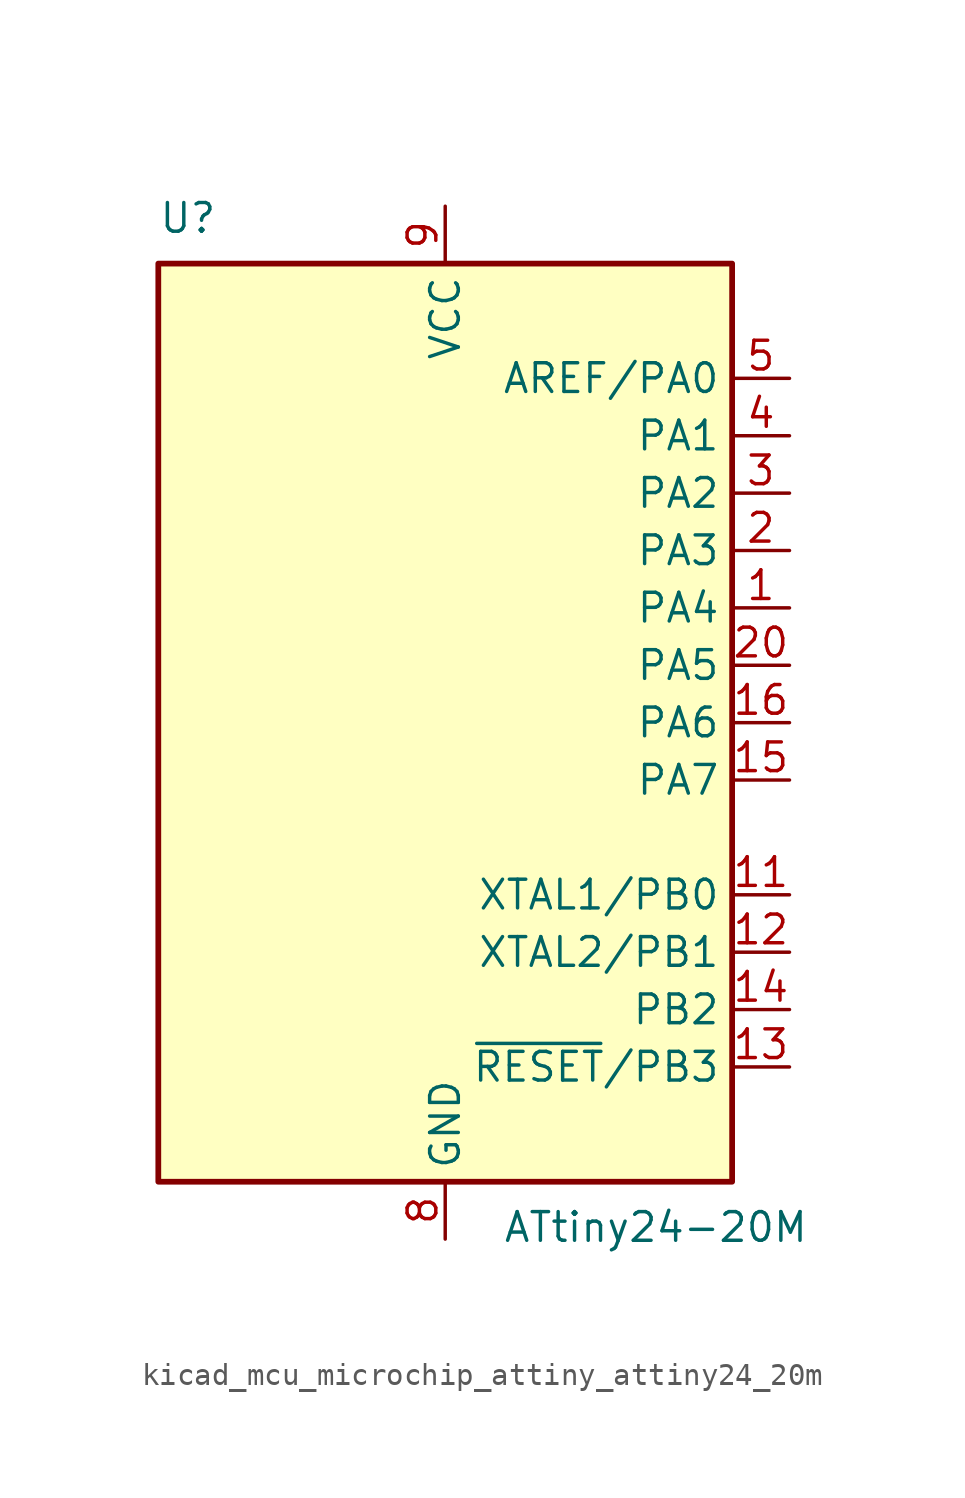
<source format=kicad_sym>
(kicad_symbol_lib
  (version 20220914)
  (generator kicad_symbol_editor)
  (symbol "kicad_mcu_microchip_attiny_attiny24_20m"
    (property "Reference" "U"
      (at -12.7 21.59 0)
      (effects (font (size 1.27 1.27)) (justify left bottom)))
    (property "Value" "ATtiny24-20M"
      (at 2.54 -21.59 0)
      (effects (font (size 1.27 1.27)) (justify left top)))
    (symbol "kicad_mcu_microchip_attiny_attiny24_20m_0_1"
      (rectangle (start -12.7 -20.32) (end 12.7 20.32) (stroke (width 0.254) (type default)) (fill (type background))))
    (symbol "kicad_mcu_microchip_attiny_attiny24_20m_1_1"
      (pin bidirectional line (at 15.24 5.08 180) (length 2.54) (name "PA4" (effects (font (size 1.27 1.27)))) (number "1" (effects (font (size 1.27 1.27)))))
      (pin no_connect line (at -12.7 -10.16 0) (length 2.54) hide (name "NC" (effects (font (size 1.27 1.27)))) (number "10" (effects (font (size 1.27 1.27)))))
      (pin bidirectional line (at 15.24 -7.62 180) (length 2.54) (name "XTAL1/PB0" (effects (font (size 1.27 1.27)))) (number "11" (effects (font (size 1.27 1.27)))))
      (pin bidirectional line (at 15.24 -10.16 180) (length 2.54) (name "XTAL2/PB1" (effects (font (size 1.27 1.27)))) (number "12" (effects (font (size 1.27 1.27)))))
      (pin bidirectional line (at 15.24 -15.24 180) (length 2.54) (name "~{RESET}/PB3" (effects (font (size 1.27 1.27)))) (number "13" (effects (font (size 1.27 1.27)))))
      (pin bidirectional line (at 15.24 -12.7 180) (length 2.54) (name "PB2" (effects (font (size 1.27 1.27)))) (number "14" (effects (font (size 1.27 1.27)))))
      (pin bidirectional line (at 15.24 -2.54 180) (length 2.54) (name "PA7" (effects (font (size 1.27 1.27)))) (number "15" (effects (font (size 1.27 1.27)))))
      (pin bidirectional line (at 15.24 0 180) (length 2.54) (name "PA6" (effects (font (size 1.27 1.27)))) (number "16" (effects (font (size 1.27 1.27)))))
      (pin no_connect line (at -12.7 -12.7 0) (length 2.54) hide (name "NC" (effects (font (size 1.27 1.27)))) (number "17" (effects (font (size 1.27 1.27)))))
      (pin no_connect line (at -12.7 -15.24 0) (length 2.54) hide (name "NC" (effects (font (size 1.27 1.27)))) (number "18" (effects (font (size 1.27 1.27)))))
      (pin no_connect line (at -12.7 -17.78 0) (length 2.54) hide (name "NC" (effects (font (size 1.27 1.27)))) (number "19" (effects (font (size 1.27 1.27)))))
      (pin bidirectional line (at 15.24 7.62 180) (length 2.54) (name "PA3" (effects (font (size 1.27 1.27)))) (number "2" (effects (font (size 1.27 1.27)))))
      (pin bidirectional line (at 15.24 2.54 180) (length 2.54) (name "PA5" (effects (font (size 1.27 1.27)))) (number "20" (effects (font (size 1.27 1.27)))))
      (pin passive line (at 0 -22.86 90) (length 2.54) hide (name "GND" (effects (font (size 1.27 1.27)))) (number "21" (effects (font (size 1.27 1.27)))))
      (pin bidirectional line (at 15.24 10.16 180) (length 2.54) (name "PA2" (effects (font (size 1.27 1.27)))) (number "3" (effects (font (size 1.27 1.27)))))
      (pin bidirectional line (at 15.24 12.7 180) (length 2.54) (name "PA1" (effects (font (size 1.27 1.27)))) (number "4" (effects (font (size 1.27 1.27)))))
      (pin bidirectional line (at 15.24 15.24 180) (length 2.54) (name "AREF/PA0" (effects (font (size 1.27 1.27)))) (number "5" (effects (font (size 1.27 1.27)))))
      (pin no_connect line (at -12.7 -5.08 0) (length 2.54) hide (name "NC" (effects (font (size 1.27 1.27)))) (number "6" (effects (font (size 1.27 1.27)))))
      (pin no_connect line (at -12.7 -7.62 0) (length 2.54) hide (name "NC" (effects (font (size 1.27 1.27)))) (number "7" (effects (font (size 1.27 1.27)))))
      (pin power_in line (at 0 -22.86 90) (length 2.54) (name "GND" (effects (font (size 1.27 1.27)))) (number "8" (effects (font (size 1.27 1.27)))))
      (pin power_in line (at 0 22.86 270) (length 2.54) (name "VCC" (effects (font (size 1.27 1.27)))) (number "9" (effects (font (size 1.27 1.27))))))))
</source>
